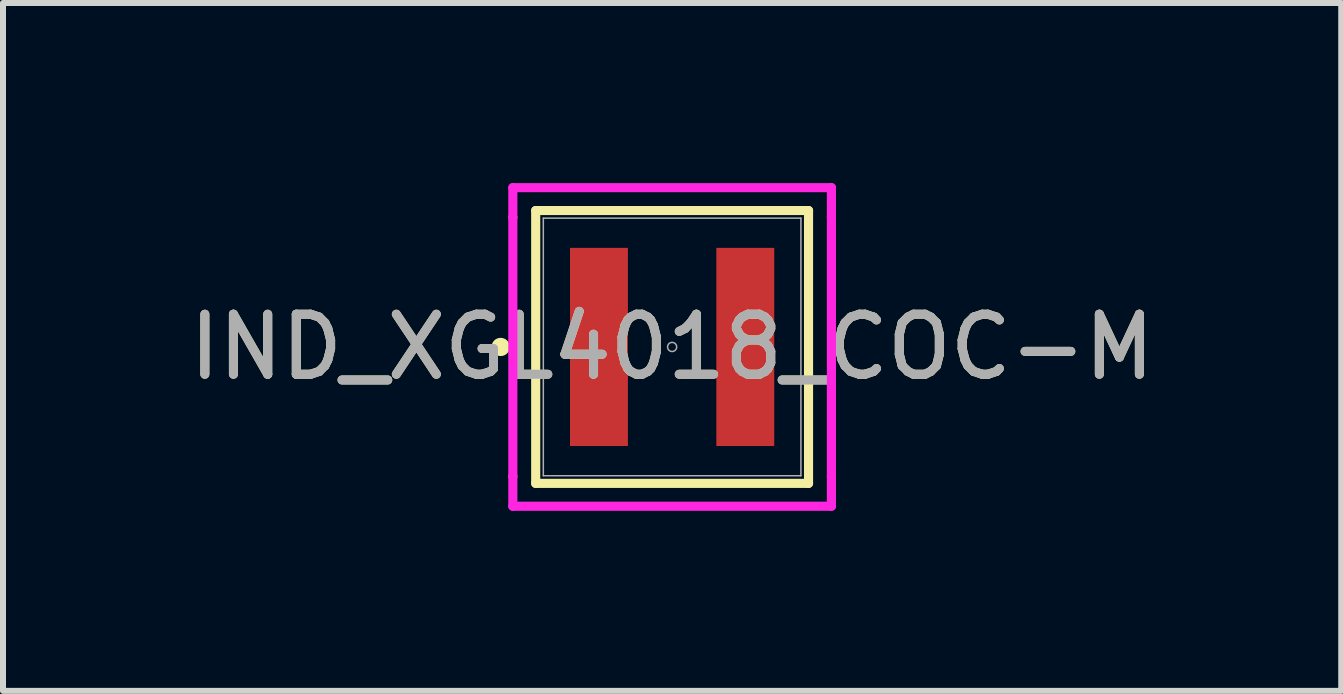
<source format=kicad_pcb>
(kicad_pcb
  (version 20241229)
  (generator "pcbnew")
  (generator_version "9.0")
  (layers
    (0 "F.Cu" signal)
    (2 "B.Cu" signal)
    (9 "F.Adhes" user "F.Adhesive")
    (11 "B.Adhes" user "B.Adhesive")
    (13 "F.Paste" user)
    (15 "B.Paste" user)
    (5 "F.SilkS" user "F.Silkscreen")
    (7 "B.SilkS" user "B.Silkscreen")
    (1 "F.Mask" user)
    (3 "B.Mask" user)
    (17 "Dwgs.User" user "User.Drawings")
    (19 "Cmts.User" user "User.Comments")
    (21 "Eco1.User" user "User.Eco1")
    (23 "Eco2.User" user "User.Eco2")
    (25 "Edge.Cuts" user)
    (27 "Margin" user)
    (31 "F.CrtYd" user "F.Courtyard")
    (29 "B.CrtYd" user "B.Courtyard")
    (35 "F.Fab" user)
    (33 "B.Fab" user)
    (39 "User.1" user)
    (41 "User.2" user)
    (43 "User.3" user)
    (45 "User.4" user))
  (footprint "IND_XGL4018_COC-M"
    (layer "F.Cu")
    (at 8.149 2.731)
    (property "Reference" "IND_XGL4018_COC-M" (at 0 0 0) (unlocked yes) (layer "F.SilkS") (effects (font (size 1 1) (thickness 0.15))))
    (attr smd)
    (fp_line (start -2.273 -2.273) (end -2.273 2.273) (stroke (width 0.152) (type solid)) (layer "F.SilkS"))
    (fp_line (start -2.273 2.273) (end 2.273 2.273) (stroke (width 0.152) (type solid)) (layer "F.SilkS"))
    (fp_line (start 2.273 -2.273) (end -2.273 -2.273) (stroke (width 0.152) (type solid)) (layer "F.SilkS"))
    (fp_line (start 2.273 2.273) (end 2.273 -2.273) (stroke (width 0.152) (type solid)) (layer "F.SilkS"))
    (fp_circle (center -2.857 0) (end -2.781 0) (stroke (width 0.152) (type solid)) (fill no) (layer "F.SilkS"))
    (fp_line (start -2.654 -2.654) (end 2.654 -2.654) (stroke (width 0.152) (type solid)) (layer "F.CrtYd"))
    (fp_line (start -2.654 -2.159) (end -2.654 -2.654) (stroke (width 0.152) (type solid)) (layer "F.CrtYd"))
    (fp_line (start -2.654 -2.159) (end -2.654 -2.159) (stroke (width 0.152) (type solid)) (layer "F.CrtYd"))
    (fp_line (start -2.654 2.159) (end -2.654 -2.159) (stroke (width 0.152) (type solid)) (layer "F.CrtYd"))
    (fp_line (start -2.654 2.159) (end -2.654 2.159) (stroke (width 0.152) (type solid)) (layer "F.CrtYd"))
    (fp_line (start -2.654 2.654) (end -2.654 2.159) (stroke (width 0.152) (type solid)) (layer "F.CrtYd"))
    (fp_line (start 2.654 -2.654) (end 2.654 -2.159) (stroke (width 0.152) (type solid)) (layer "F.CrtYd"))
    (fp_line (start 2.654 -2.159) (end 2.654 -2.159) (stroke (width 0.152) (type solid)) (layer "F.CrtYd"))
    (fp_line (start 2.654 -2.159) (end 2.654 2.159) (stroke (width 0.152) (type solid)) (layer "F.CrtYd"))
    (fp_line (start 2.654 2.159) (end 2.654 2.159) (stroke (width 0.152) (type solid)) (layer "F.CrtYd"))
    (fp_line (start 2.654 2.159) (end 2.654 2.654) (stroke (width 0.152) (type solid)) (layer "F.CrtYd"))
    (fp_line (start 2.654 2.654) (end -2.654 2.654) (stroke (width 0.152) (type solid)) (layer "F.CrtYd"))
    (fp_line (start -2.146 -2.146) (end -2.146 2.146) (stroke (width 0.025) (type solid)) (layer "F.Fab"))
    (fp_line (start -2.146 2.146) (end 2.146 2.146) (stroke (width 0.025) (type solid)) (layer "F.Fab"))
    (fp_line (start 2.146 -2.146) (end -2.146 -2.146) (stroke (width 0.025) (type solid)) (layer "F.Fab"))
    (fp_line (start 2.146 2.146) (end 2.146 -2.146) (stroke (width 0.025) (type solid)) (layer "F.Fab"))
    (fp_circle (center 0 0) (end 0.076 0) (stroke (width 0.025) (type solid)) (fill no) (layer "F.Fab"))
    (fp_text user "${REFERENCE}" (at 0 0 0) (unlocked yes) (layer "F.Fab") (effects (font (size 1 1) (thickness 0.15))))
    (pad "1" smd rect (at -1.219 0) (size 0.965 3.302) (layers "F.Cu" "F.Mask" "F.Paste"))
    (pad "2" smd rect (at 1.219 0) (size 0.965 3.302) (layers "F.Cu" "F.Mask" "F.Paste")))
  (gr_rect
    (start -3 -3)
    (end 19.298 8.461)
    (stroke (width 0.1) (type default))
    (fill no)
    (layer "Edge.Cuts")))
</source>
